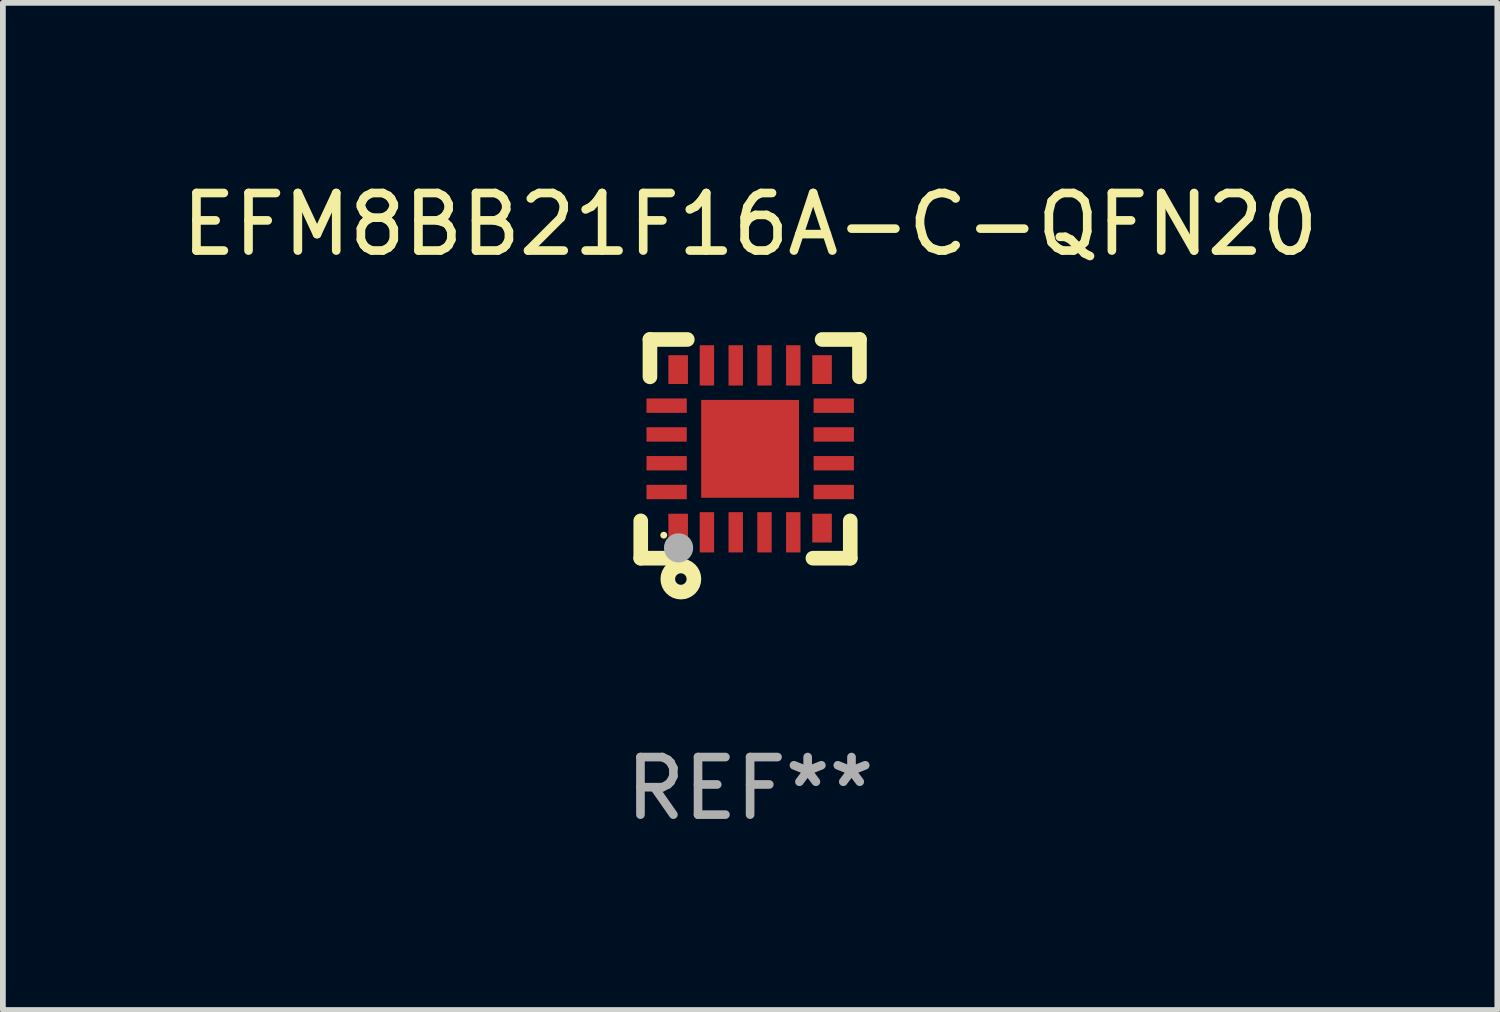
<source format=kicad_pcb>
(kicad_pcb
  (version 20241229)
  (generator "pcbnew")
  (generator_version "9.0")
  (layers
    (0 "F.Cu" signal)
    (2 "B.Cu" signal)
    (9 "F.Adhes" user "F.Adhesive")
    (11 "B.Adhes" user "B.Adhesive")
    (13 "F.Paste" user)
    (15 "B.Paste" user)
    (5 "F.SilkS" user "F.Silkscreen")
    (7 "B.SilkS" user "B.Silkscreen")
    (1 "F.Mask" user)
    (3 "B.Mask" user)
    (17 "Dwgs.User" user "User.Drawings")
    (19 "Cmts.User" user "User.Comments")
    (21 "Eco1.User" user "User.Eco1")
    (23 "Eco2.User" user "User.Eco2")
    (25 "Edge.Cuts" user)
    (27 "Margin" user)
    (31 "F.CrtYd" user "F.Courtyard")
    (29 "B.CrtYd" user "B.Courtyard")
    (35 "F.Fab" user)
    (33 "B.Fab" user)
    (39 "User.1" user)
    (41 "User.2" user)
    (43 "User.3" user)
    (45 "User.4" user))
  (footprint "EFM8BB21F16A-C-QFN20"
    (layer "F.Cu")
    (at 9.982 4.748)
    (property "Reference" "EFM8BB21F16A-C-QFN20" (at 0 -3.9 0) (layer "F.SilkS") (effects (font (size 1 1) (thickness 0.15))))
    (attr through_hole)
    (fp_line (start -1.9 1.9) (end -1.9 1.251) (stroke (width 0.254) (type solid)) (layer "F.SilkS"))
    (fp_line (start -1.9 1.9) (end -1.251 1.9) (stroke (width 0.254) (type solid)) (layer "F.SilkS"))
    (fp_line (start -1.74 -1.9) (end -1.74 -1.251) (stroke (width 0.254) (type solid)) (layer "F.SilkS"))
    (fp_line (start -1.74 -1.9) (end -1.091 -1.9) (stroke (width 0.254) (type solid)) (layer "F.SilkS"))
    (fp_line (start 1.74 1.9) (end 1.091 1.9) (stroke (width 0.254) (type solid)) (layer "F.SilkS"))
    (fp_line (start 1.74 1.9) (end 1.74 1.251) (stroke (width 0.254) (type solid)) (layer "F.SilkS"))
    (fp_line (start 1.9 -1.9) (end 1.251 -1.9) (stroke (width 0.254) (type solid)) (layer "F.SilkS"))
    (fp_line (start 1.9 -1.9) (end 1.9 -1.251) (stroke (width 0.254) (type solid)) (layer "F.SilkS"))
    (fp_circle (center -1.5 1.5) (end -1.47 1.5) (stroke (width 0.06) (type solid)) (fill no) (layer "F.SilkS"))
    (fp_circle (center -1.203 2.262) (end -1.103 2.262) (stroke (width 0.254) (type solid)) (fill no) (layer "F.SilkS"))
    (fp_circle (center -1.243 1.721) (end -1.116 1.721) (stroke (width 0.254) (type solid)) (fill no) (layer "F.Fab"))
    (fp_text user "REF**" (at 0 5.9 0) (layer "F.Fab") (effects (font (size 1 1) (thickness 0.15))))
    (pad "1" smd rect (at -1.25 1.377) (size 0.34 0.5) (layers "F.Cu" "F.Mask" "F.Paste"))
    (pad "2" smd rect (at -0.75 1.45) (size 0.25 0.7) (layers "F.Cu" "F.Mask" "F.Paste"))
    (pad "3" smd rect (at -0.25 1.45) (size 0.25 0.7) (layers "F.Cu" "F.Mask" "F.Paste"))
    (pad "4" smd rect (at 0.25 1.45) (size 0.25 0.7) (layers "F.Cu" "F.Mask" "F.Paste"))
    (pad "5" smd rect (at 0.75 1.45) (size 0.25 0.7) (layers "F.Cu" "F.Mask" "F.Paste"))
    (pad "6" smd rect (at 1.25 1.377) (size 0.34 0.5) (layers "F.Cu" "F.Mask" "F.Paste"))
    (pad "7" smd rect (at 1.453 0.75) (size 0.7 0.25) (layers "F.Cu" "F.Mask" "F.Paste"))
    (pad "8" smd rect (at 1.453 0.25) (size 0.7 0.25) (layers "F.Cu" "F.Mask" "F.Paste"))
    (pad "9" smd rect (at 1.453 -0.25) (size 0.7 0.25) (layers "F.Cu" "F.Mask" "F.Paste"))
    (pad "10" smd rect (at 1.453 -0.75) (size 0.7 0.25) (layers "F.Cu" "F.Mask" "F.Paste"))
    (pad "11" smd rect (at 1.25 -1.377) (size 0.34 0.5) (layers "F.Cu" "F.Mask" "F.Paste"))
    (pad "12" smd rect (at 0.75 -1.45) (size 0.25 0.7) (layers "F.Cu" "F.Mask" "F.Paste"))
    (pad "13" smd rect (at 0.25 -1.45) (size 0.25 0.7) (layers "F.Cu" "F.Mask" "F.Paste"))
    (pad "14" smd rect (at -0.25 -1.45) (size 0.25 0.7) (layers "F.Cu" "F.Mask" "F.Paste"))
    (pad "15" smd rect (at -0.75 -1.45) (size 0.25 0.7) (layers "F.Cu" "F.Mask" "F.Paste"))
    (pad "16" smd rect (at -1.25 -1.377) (size 0.34 0.5) (layers "F.Cu" "F.Mask" "F.Paste"))
    (pad "17" smd rect (at -1.45 -0.75) (size 0.7 0.25) (layers "F.Cu" "F.Mask" "F.Paste"))
    (pad "18" smd rect (at -1.45 -0.25) (size 0.7 0.25) (layers "F.Cu" "F.Mask" "F.Paste"))
    (pad "19" smd rect (at -1.45 0.25) (size 0.7 0.25) (layers "F.Cu" "F.Mask" "F.Paste"))
    (pad "20" smd rect (at -1.45 0.75) (size 0.7 0.25) (layers "F.Cu" "F.Mask" "F.Paste"))
    (pad "21" smd rect (at 0 0) (size 1.7 1.7) (layers "F.Cu" "F.Mask" "F.Paste")))
  (gr_rect
    (start -3 -3)
    (end 22.964 14.497)
    (stroke (width 0.1) (type default))
    (fill no)
    (layer "Edge.Cuts")))
</source>
